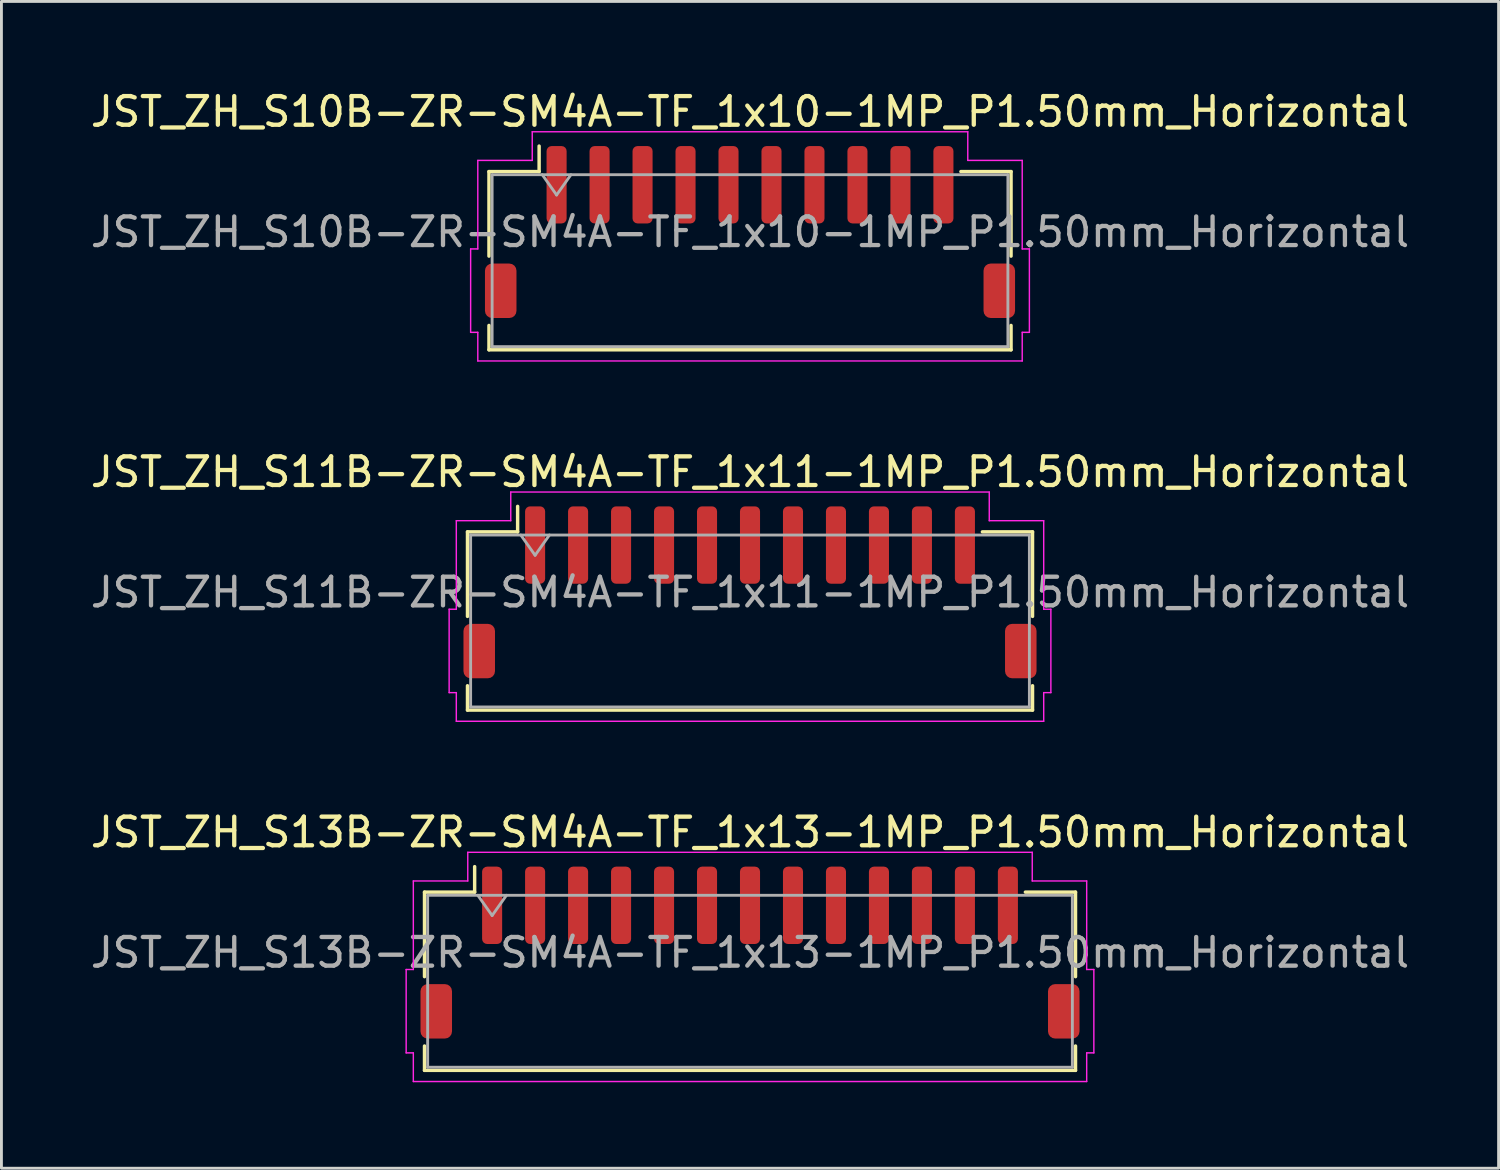
<source format=kicad_pcb>
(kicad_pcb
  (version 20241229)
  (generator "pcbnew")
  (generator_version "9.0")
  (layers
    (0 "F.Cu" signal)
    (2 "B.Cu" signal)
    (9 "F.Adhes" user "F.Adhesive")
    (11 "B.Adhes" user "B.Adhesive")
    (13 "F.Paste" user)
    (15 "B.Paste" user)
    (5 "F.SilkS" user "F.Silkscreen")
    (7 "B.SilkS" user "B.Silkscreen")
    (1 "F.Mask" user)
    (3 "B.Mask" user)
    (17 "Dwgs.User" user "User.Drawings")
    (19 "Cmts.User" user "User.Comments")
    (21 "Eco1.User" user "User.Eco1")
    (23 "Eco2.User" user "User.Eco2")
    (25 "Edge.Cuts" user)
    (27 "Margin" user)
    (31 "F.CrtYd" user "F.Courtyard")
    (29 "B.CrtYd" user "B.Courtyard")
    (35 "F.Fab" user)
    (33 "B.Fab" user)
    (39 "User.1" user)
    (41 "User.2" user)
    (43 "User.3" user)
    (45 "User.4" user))
  (footprint "JST_ZH_S13B-ZR-SM4A-TF_1x13-1MP_P1.50mm_Horizontal"
    (layer "F.Cu")
    (at 23.125 30.195)
    (property "Reference" "JST_ZH_S13B-ZR-SM4A-TF_1x13-1MP_P1.50mm_Horizontal" (at 0 -4.2 0) (layer "F.SilkS") (effects (font (size 1 1) (thickness 0.15))))
    (attr smd)
    (fp_line (start -11.36 -2.11) (end -9.61 -2.11) (stroke (width 0.12) (type solid)) (layer "F.SilkS"))
    (fp_line (start -11.36 0.84) (end -11.36 -2.11) (stroke (width 0.12) (type solid)) (layer "F.SilkS"))
    (fp_line (start -11.36 3.26) (end -11.36 4.11) (stroke (width 0.12) (type solid)) (layer "F.SilkS"))
    (fp_line (start -11.36 4.11) (end 11.36 4.11) (stroke (width 0.12) (type solid)) (layer "F.SilkS"))
    (fp_line (start -9.61 -2.11) (end -9.61 -3) (stroke (width 0.12) (type solid)) (layer "F.SilkS"))
    (fp_line (start 11.36 -2.11) (end 9.61 -2.11) (stroke (width 0.12) (type solid)) (layer "F.SilkS"))
    (fp_line (start 11.36 0.84) (end 11.36 -2.11) (stroke (width 0.12) (type solid)) (layer "F.SilkS"))
    (fp_line (start 11.36 4.11) (end 11.36 3.26) (stroke (width 0.12) (type solid)) (layer "F.SilkS"))
    (fp_line (start -12 0.59) (end -11.75 0.59) (stroke (width 0.05) (type solid)) (layer "F.CrtYd"))
    (fp_line (start -12 3.5) (end -12 0.59) (stroke (width 0.05) (type solid)) (layer "F.CrtYd"))
    (fp_line (start -11.75 -2.5) (end -9.85 -2.5) (stroke (width 0.05) (type solid)) (layer "F.CrtYd"))
    (fp_line (start -11.75 0.59) (end -11.75 -2.5) (stroke (width 0.05) (type solid)) (layer "F.CrtYd"))
    (fp_line (start -11.75 3.5) (end -12 3.5) (stroke (width 0.05) (type solid)) (layer "F.CrtYd"))
    (fp_line (start -11.75 4.5) (end -11.75 3.5) (stroke (width 0.05) (type solid)) (layer "F.CrtYd"))
    (fp_line (start -9.85 -3.5) (end 9.85 -3.5) (stroke (width 0.05) (type solid)) (layer "F.CrtYd"))
    (fp_line (start -9.85 -2.5) (end -9.85 -3.5) (stroke (width 0.05) (type solid)) (layer "F.CrtYd"))
    (fp_line (start 9.85 -3.5) (end 9.85 -2.5) (stroke (width 0.05) (type solid)) (layer "F.CrtYd"))
    (fp_line (start 9.85 -2.5) (end 11.75 -2.5) (stroke (width 0.05) (type solid)) (layer "F.CrtYd"))
    (fp_line (start 11.75 -2.5) (end 11.75 0.59) (stroke (width 0.05) (type solid)) (layer "F.CrtYd"))
    (fp_line (start 11.75 0.59) (end 12 0.59) (stroke (width 0.05) (type solid)) (layer "F.CrtYd"))
    (fp_line (start 11.75 3.5) (end 11.75 4.5) (stroke (width 0.05) (type solid)) (layer "F.CrtYd"))
    (fp_line (start 11.75 4.5) (end -11.75 4.5) (stroke (width 0.05) (type solid)) (layer "F.CrtYd"))
    (fp_line (start 12 0.59) (end 12 3.5) (stroke (width 0.05) (type solid)) (layer "F.CrtYd"))
    (fp_line (start 12 3.5) (end 11.75 3.5) (stroke (width 0.05) (type solid)) (layer "F.CrtYd"))
    (fp_line (start -11.25 -2) (end -11.25 4) (stroke (width 0.1) (type solid)) (layer "F.Fab"))
    (fp_line (start -11.25 -2) (end 11.25 -2) (stroke (width 0.1) (type solid)) (layer "F.Fab"))
    (fp_line (start -11.25 4) (end 11.25 4) (stroke (width 0.1) (type solid)) (layer "F.Fab"))
    (fp_line (start -9.5 -2) (end -9 -1.293) (stroke (width 0.1) (type solid)) (layer "F.Fab"))
    (fp_line (start -9 -1.293) (end -8.5 -2) (stroke (width 0.1) (type solid)) (layer "F.Fab"))
    (fp_line (start 11.25 -2) (end 11.25 4) (stroke (width 0.1) (type solid)) (layer "F.Fab"))
    (fp_text user "${REFERENCE}" (at 0 0 0) (layer "F.Fab") (effects (font (size 1 1) (thickness 0.15))))
    (pad "1" smd roundrect (at -9 -1.65) (size 0.7 2.7) (layers "F.Cu" "F.Mask" "F.Paste") (roundrect_rratio 0.25))
    (pad "2" smd roundrect (at -7.5 -1.65) (size 0.7 2.7) (layers "F.Cu" "F.Mask" "F.Paste") (roundrect_rratio 0.25))
    (pad "3" smd roundrect (at -6 -1.65) (size 0.7 2.7) (layers "F.Cu" "F.Mask" "F.Paste") (roundrect_rratio 0.25))
    (pad "4" smd roundrect (at -4.5 -1.65) (size 0.7 2.7) (layers "F.Cu" "F.Mask" "F.Paste") (roundrect_rratio 0.25))
    (pad "5" smd roundrect (at -3 -1.65) (size 0.7 2.7) (layers "F.Cu" "F.Mask" "F.Paste") (roundrect_rratio 0.25))
    (pad "6" smd roundrect (at -1.5 -1.65) (size 0.7 2.7) (layers "F.Cu" "F.Mask" "F.Paste") (roundrect_rratio 0.25))
    (pad "7" smd roundrect (at 0 -1.65) (size 0.7 2.7) (layers "F.Cu" "F.Mask" "F.Paste") (roundrect_rratio 0.25))
    (pad "8" smd roundrect (at 1.5 -1.65) (size 0.7 2.7) (layers "F.Cu" "F.Mask" "F.Paste") (roundrect_rratio 0.25))
    (pad "9" smd roundrect (at 3 -1.65) (size 0.7 2.7) (layers "F.Cu" "F.Mask" "F.Paste") (roundrect_rratio 0.25))
    (pad "10" smd roundrect (at 4.5 -1.65) (size 0.7 2.7) (layers "F.Cu" "F.Mask" "F.Paste") (roundrect_rratio 0.25))
    (pad "11" smd roundrect (at 6 -1.65) (size 0.7 2.7) (layers "F.Cu" "F.Mask" "F.Paste") (roundrect_rratio 0.25))
    (pad "12" smd roundrect (at 7.5 -1.65) (size 0.7 2.7) (layers "F.Cu" "F.Mask" "F.Paste") (roundrect_rratio 0.25))
    (pad "13" smd roundrect (at 9 -1.65) (size 0.7 2.7) (layers "F.Cu" "F.Mask" "F.Paste") (roundrect_rratio 0.25))
    (pad "MP" smd roundrect (at -10.95 2.05) (size 1.1 1.9) (layers "F.Cu" "F.Mask" "F.Paste") (roundrect_rratio 0.227))
    (pad "MP" smd roundrect (at 10.95 2.05) (size 1.1 1.9) (layers "F.Cu" "F.Mask" "F.Paste") (roundrect_rratio 0.227)))
  (footprint "JST_ZH_S11B-ZR-SM4A-TF_1x11-1MP_P1.50mm_Horizontal"
    (layer "F.Cu")
    (at 23.125 17.622)
    (property "Reference" "JST_ZH_S11B-ZR-SM4A-TF_1x11-1MP_P1.50mm_Horizontal" (at 0 -4.2 0) (layer "F.SilkS") (effects (font (size 1 1) (thickness 0.15))))
    (attr smd)
    (fp_line (start -9.86 -2.11) (end -8.11 -2.11) (stroke (width 0.12) (type solid)) (layer "F.SilkS"))
    (fp_line (start -9.86 0.84) (end -9.86 -2.11) (stroke (width 0.12) (type solid)) (layer "F.SilkS"))
    (fp_line (start -9.86 3.26) (end -9.86 4.11) (stroke (width 0.12) (type solid)) (layer "F.SilkS"))
    (fp_line (start -9.86 4.11) (end 9.86 4.11) (stroke (width 0.12) (type solid)) (layer "F.SilkS"))
    (fp_line (start -8.11 -2.11) (end -8.11 -3) (stroke (width 0.12) (type solid)) (layer "F.SilkS"))
    (fp_line (start 9.86 -2.11) (end 8.11 -2.11) (stroke (width 0.12) (type solid)) (layer "F.SilkS"))
    (fp_line (start 9.86 0.84) (end 9.86 -2.11) (stroke (width 0.12) (type solid)) (layer "F.SilkS"))
    (fp_line (start 9.86 4.11) (end 9.86 3.26) (stroke (width 0.12) (type solid)) (layer "F.SilkS"))
    (fp_line (start -10.5 0.59) (end -10.25 0.59) (stroke (width 0.05) (type solid)) (layer "F.CrtYd"))
    (fp_line (start -10.5 3.5) (end -10.5 0.59) (stroke (width 0.05) (type solid)) (layer "F.CrtYd"))
    (fp_line (start -10.25 -2.5) (end -8.35 -2.5) (stroke (width 0.05) (type solid)) (layer "F.CrtYd"))
    (fp_line (start -10.25 0.59) (end -10.25 -2.5) (stroke (width 0.05) (type solid)) (layer "F.CrtYd"))
    (fp_line (start -10.25 3.5) (end -10.5 3.5) (stroke (width 0.05) (type solid)) (layer "F.CrtYd"))
    (fp_line (start -10.25 4.5) (end -10.25 3.5) (stroke (width 0.05) (type solid)) (layer "F.CrtYd"))
    (fp_line (start -8.35 -3.5) (end 8.35 -3.5) (stroke (width 0.05) (type solid)) (layer "F.CrtYd"))
    (fp_line (start -8.35 -2.5) (end -8.35 -3.5) (stroke (width 0.05) (type solid)) (layer "F.CrtYd"))
    (fp_line (start 8.35 -3.5) (end 8.35 -2.5) (stroke (width 0.05) (type solid)) (layer "F.CrtYd"))
    (fp_line (start 8.35 -2.5) (end 10.25 -2.5) (stroke (width 0.05) (type solid)) (layer "F.CrtYd"))
    (fp_line (start 10.25 -2.5) (end 10.25 0.59) (stroke (width 0.05) (type solid)) (layer "F.CrtYd"))
    (fp_line (start 10.25 0.59) (end 10.5 0.59) (stroke (width 0.05) (type solid)) (layer "F.CrtYd"))
    (fp_line (start 10.25 3.5) (end 10.25 4.5) (stroke (width 0.05) (type solid)) (layer "F.CrtYd"))
    (fp_line (start 10.25 4.5) (end -10.25 4.5) (stroke (width 0.05) (type solid)) (layer "F.CrtYd"))
    (fp_line (start 10.5 0.59) (end 10.5 3.5) (stroke (width 0.05) (type solid)) (layer "F.CrtYd"))
    (fp_line (start 10.5 3.5) (end 10.25 3.5) (stroke (width 0.05) (type solid)) (layer "F.CrtYd"))
    (fp_line (start -9.75 -2) (end -9.75 4) (stroke (width 0.1) (type solid)) (layer "F.Fab"))
    (fp_line (start -9.75 -2) (end 9.75 -2) (stroke (width 0.1) (type solid)) (layer "F.Fab"))
    (fp_line (start -9.75 4) (end 9.75 4) (stroke (width 0.1) (type solid)) (layer "F.Fab"))
    (fp_line (start -8 -2) (end -7.5 -1.293) (stroke (width 0.1) (type solid)) (layer "F.Fab"))
    (fp_line (start -7.5 -1.293) (end -7 -2) (stroke (width 0.1) (type solid)) (layer "F.Fab"))
    (fp_line (start 9.75 -2) (end 9.75 4) (stroke (width 0.1) (type solid)) (layer "F.Fab"))
    (fp_text user "${REFERENCE}" (at 0 0 0) (layer "F.Fab") (effects (font (size 1 1) (thickness 0.15))))
    (pad "1" smd roundrect (at -7.5 -1.65) (size 0.7 2.7) (layers "F.Cu" "F.Mask" "F.Paste") (roundrect_rratio 0.25))
    (pad "2" smd roundrect (at -6 -1.65) (size 0.7 2.7) (layers "F.Cu" "F.Mask" "F.Paste") (roundrect_rratio 0.25))
    (pad "3" smd roundrect (at -4.5 -1.65) (size 0.7 2.7) (layers "F.Cu" "F.Mask" "F.Paste") (roundrect_rratio 0.25))
    (pad "4" smd roundrect (at -3 -1.65) (size 0.7 2.7) (layers "F.Cu" "F.Mask" "F.Paste") (roundrect_rratio 0.25))
    (pad "5" smd roundrect (at -1.5 -1.65) (size 0.7 2.7) (layers "F.Cu" "F.Mask" "F.Paste") (roundrect_rratio 0.25))
    (pad "6" smd roundrect (at 0 -1.65) (size 0.7 2.7) (layers "F.Cu" "F.Mask" "F.Paste") (roundrect_rratio 0.25))
    (pad "7" smd roundrect (at 1.5 -1.65) (size 0.7 2.7) (layers "F.Cu" "F.Mask" "F.Paste") (roundrect_rratio 0.25))
    (pad "8" smd roundrect (at 3 -1.65) (size 0.7 2.7) (layers "F.Cu" "F.Mask" "F.Paste") (roundrect_rratio 0.25))
    (pad "9" smd roundrect (at 4.5 -1.65) (size 0.7 2.7) (layers "F.Cu" "F.Mask" "F.Paste") (roundrect_rratio 0.25))
    (pad "10" smd roundrect (at 6 -1.65) (size 0.7 2.7) (layers "F.Cu" "F.Mask" "F.Paste") (roundrect_rratio 0.25))
    (pad "11" smd roundrect (at 7.5 -1.65) (size 0.7 2.7) (layers "F.Cu" "F.Mask" "F.Paste") (roundrect_rratio 0.25))
    (pad "MP" smd roundrect (at -9.45 2.05) (size 1.1 1.9) (layers "F.Cu" "F.Mask" "F.Paste") (roundrect_rratio 0.227))
    (pad "MP" smd roundrect (at 9.45 2.05) (size 1.1 1.9) (layers "F.Cu" "F.Mask" "F.Paste") (roundrect_rratio 0.227)))
  (footprint "JST_ZH_S10B-ZR-SM4A-TF_1x10-1MP_P1.50mm_Horizontal"
    (layer "F.Cu")
    (at 23.125 5.048)
    (property "Reference" "JST_ZH_S10B-ZR-SM4A-TF_1x10-1MP_P1.50mm_Horizontal" (at 0 -4.2 0) (layer "F.SilkS") (effects (font (size 1 1) (thickness 0.15))))
    (attr smd)
    (fp_line (start -9.11 -2.11) (end -7.36 -2.11) (stroke (width 0.12) (type solid)) (layer "F.SilkS"))
    (fp_line (start -9.11 0.84) (end -9.11 -2.11) (stroke (width 0.12) (type solid)) (layer "F.SilkS"))
    (fp_line (start -9.11 3.26) (end -9.11 4.11) (stroke (width 0.12) (type solid)) (layer "F.SilkS"))
    (fp_line (start -9.11 4.11) (end 9.11 4.11) (stroke (width 0.12) (type solid)) (layer "F.SilkS"))
    (fp_line (start -7.36 -2.11) (end -7.36 -3) (stroke (width 0.12) (type solid)) (layer "F.SilkS"))
    (fp_line (start 9.11 -2.11) (end 7.36 -2.11) (stroke (width 0.12) (type solid)) (layer "F.SilkS"))
    (fp_line (start 9.11 0.84) (end 9.11 -2.11) (stroke (width 0.12) (type solid)) (layer "F.SilkS"))
    (fp_line (start 9.11 4.11) (end 9.11 3.26) (stroke (width 0.12) (type solid)) (layer "F.SilkS"))
    (fp_line (start -9.75 0.59) (end -9.5 0.59) (stroke (width 0.05) (type solid)) (layer "F.CrtYd"))
    (fp_line (start -9.75 3.5) (end -9.75 0.59) (stroke (width 0.05) (type solid)) (layer "F.CrtYd"))
    (fp_line (start -9.5 -2.5) (end -7.6 -2.5) (stroke (width 0.05) (type solid)) (layer "F.CrtYd"))
    (fp_line (start -9.5 0.59) (end -9.5 -2.5) (stroke (width 0.05) (type solid)) (layer "F.CrtYd"))
    (fp_line (start -9.5 3.5) (end -9.75 3.5) (stroke (width 0.05) (type solid)) (layer "F.CrtYd"))
    (fp_line (start -9.5 4.5) (end -9.5 3.5) (stroke (width 0.05) (type solid)) (layer "F.CrtYd"))
    (fp_line (start -7.6 -3.5) (end 7.6 -3.5) (stroke (width 0.05) (type solid)) (layer "F.CrtYd"))
    (fp_line (start -7.6 -2.5) (end -7.6 -3.5) (stroke (width 0.05) (type solid)) (layer "F.CrtYd"))
    (fp_line (start 7.6 -3.5) (end 7.6 -2.5) (stroke (width 0.05) (type solid)) (layer "F.CrtYd"))
    (fp_line (start 7.6 -2.5) (end 9.5 -2.5) (stroke (width 0.05) (type solid)) (layer "F.CrtYd"))
    (fp_line (start 9.5 -2.5) (end 9.5 0.59) (stroke (width 0.05) (type solid)) (layer "F.CrtYd"))
    (fp_line (start 9.5 0.59) (end 9.75 0.59) (stroke (width 0.05) (type solid)) (layer "F.CrtYd"))
    (fp_line (start 9.5 3.5) (end 9.5 4.5) (stroke (width 0.05) (type solid)) (layer "F.CrtYd"))
    (fp_line (start 9.5 4.5) (end -9.5 4.5) (stroke (width 0.05) (type solid)) (layer "F.CrtYd"))
    (fp_line (start 9.75 0.59) (end 9.75 3.5) (stroke (width 0.05) (type solid)) (layer "F.CrtYd"))
    (fp_line (start 9.75 3.5) (end 9.5 3.5) (stroke (width 0.05) (type solid)) (layer "F.CrtYd"))
    (fp_line (start -9 -2) (end -9 4) (stroke (width 0.1) (type solid)) (layer "F.Fab"))
    (fp_line (start -9 -2) (end 9 -2) (stroke (width 0.1) (type solid)) (layer "F.Fab"))
    (fp_line (start -9 4) (end 9 4) (stroke (width 0.1) (type solid)) (layer "F.Fab"))
    (fp_line (start -7.25 -2) (end -6.75 -1.293) (stroke (width 0.1) (type solid)) (layer "F.Fab"))
    (fp_line (start -6.75 -1.293) (end -6.25 -2) (stroke (width 0.1) (type solid)) (layer "F.Fab"))
    (fp_line (start 9 -2) (end 9 4) (stroke (width 0.1) (type solid)) (layer "F.Fab"))
    (fp_text user "${REFERENCE}" (at 0 0 0) (layer "F.Fab") (effects (font (size 1 1) (thickness 0.15))))
    (pad "1" smd roundrect (at -6.75 -1.65) (size 0.7 2.7) (layers "F.Cu" "F.Mask" "F.Paste") (roundrect_rratio 0.25))
    (pad "2" smd roundrect (at -5.25 -1.65) (size 0.7 2.7) (layers "F.Cu" "F.Mask" "F.Paste") (roundrect_rratio 0.25))
    (pad "3" smd roundrect (at -3.75 -1.65) (size 0.7 2.7) (layers "F.Cu" "F.Mask" "F.Paste") (roundrect_rratio 0.25))
    (pad "4" smd roundrect (at -2.25 -1.65) (size 0.7 2.7) (layers "F.Cu" "F.Mask" "F.Paste") (roundrect_rratio 0.25))
    (pad "5" smd roundrect (at -0.75 -1.65) (size 0.7 2.7) (layers "F.Cu" "F.Mask" "F.Paste") (roundrect_rratio 0.25))
    (pad "6" smd roundrect (at 0.75 -1.65) (size 0.7 2.7) (layers "F.Cu" "F.Mask" "F.Paste") (roundrect_rratio 0.25))
    (pad "7" smd roundrect (at 2.25 -1.65) (size 0.7 2.7) (layers "F.Cu" "F.Mask" "F.Paste") (roundrect_rratio 0.25))
    (pad "8" smd roundrect (at 3.75 -1.65) (size 0.7 2.7) (layers "F.Cu" "F.Mask" "F.Paste") (roundrect_rratio 0.25))
    (pad "9" smd roundrect (at 5.25 -1.65) (size 0.7 2.7) (layers "F.Cu" "F.Mask" "F.Paste") (roundrect_rratio 0.25))
    (pad "10" smd roundrect (at 6.75 -1.65) (size 0.7 2.7) (layers "F.Cu" "F.Mask" "F.Paste") (roundrect_rratio 0.25))
    (pad "MP" smd roundrect (at -8.7 2.05) (size 1.1 1.9) (layers "F.Cu" "F.Mask" "F.Paste") (roundrect_rratio 0.227))
    (pad "MP" smd roundrect (at 8.7 2.05) (size 1.1 1.9) (layers "F.Cu" "F.Mask" "F.Paste") (roundrect_rratio 0.227)))
  (gr_rect
    (start -3 -3)
    (end 49.25 37.72)
    (stroke (width 0.1) (type default))
    (fill no)
    (layer "Edge.Cuts")))
</source>
